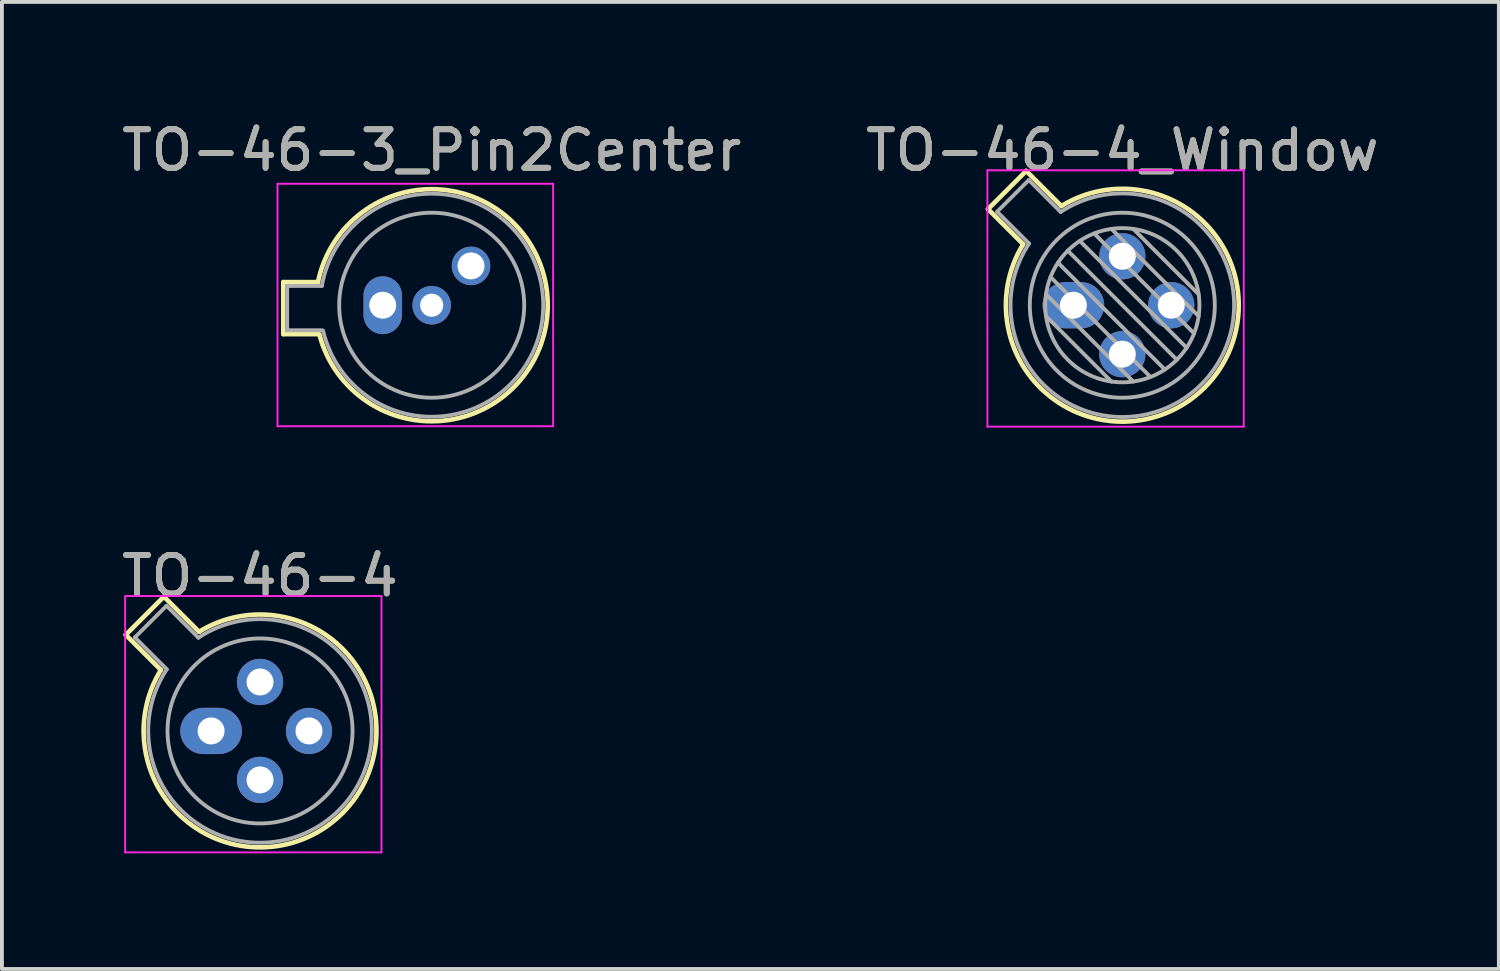
<source format=kicad_pcb>
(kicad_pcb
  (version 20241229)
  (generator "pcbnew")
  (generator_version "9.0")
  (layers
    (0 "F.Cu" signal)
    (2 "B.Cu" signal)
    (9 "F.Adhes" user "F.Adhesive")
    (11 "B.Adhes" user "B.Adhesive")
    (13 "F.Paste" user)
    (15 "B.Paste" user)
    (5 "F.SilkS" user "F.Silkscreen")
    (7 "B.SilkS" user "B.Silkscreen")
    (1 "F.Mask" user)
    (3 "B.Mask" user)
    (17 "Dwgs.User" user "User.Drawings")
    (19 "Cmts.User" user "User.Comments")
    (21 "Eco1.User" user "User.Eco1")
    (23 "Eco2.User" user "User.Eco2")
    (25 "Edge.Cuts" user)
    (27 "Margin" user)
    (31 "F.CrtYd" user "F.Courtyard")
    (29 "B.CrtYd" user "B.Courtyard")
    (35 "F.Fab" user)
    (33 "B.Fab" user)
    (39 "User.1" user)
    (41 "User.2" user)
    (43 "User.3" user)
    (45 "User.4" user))
  (footprint "TO-46-4"
    (layer "F.Cu")
    (at 2.426 15.912)
    (property "Reference" "TO-46-4" (at 1.27 -4.02 0) (layer "F.SilkS") (effects (font (size 1 1) (thickness 0.15))))
    (attr through_hole)
    (fp_line (start -2.214 -2.494) (end -1.302 -1.582) (stroke (width 0.12) (type solid)) (layer "F.SilkS"))
    (fp_line (start -1.224 -3.484) (end -2.214 -2.494) (stroke (width 0.12) (type solid)) (layer "F.SilkS"))
    (fp_line (start -0.312 -2.572) (end -1.224 -3.484) (stroke (width 0.12) (type solid)) (layer "F.SilkS"))
    (fp_arc (start -0.312331 -2.572281) (mid 3.405374 2.135551) (end -1.30215 -1.582544) (stroke (width 0.12) (type solid)) (layer "F.SilkS"))
    (fp_line (start -2.23 -3.5) (end -2.23 3.15) (stroke (width 0.05) (type solid)) (layer "F.CrtYd"))
    (fp_line (start -2.23 3.15) (end 4.42 3.15) (stroke (width 0.05) (type solid)) (layer "F.CrtYd"))
    (fp_line (start 4.42 -3.5) (end -2.23 -3.5) (stroke (width 0.05) (type solid)) (layer "F.CrtYd"))
    (fp_line (start 4.42 3.15) (end 4.42 -3.5) (stroke (width 0.05) (type solid)) (layer "F.CrtYd"))
    (fp_line (start -1.977 -2.426) (end -1.149 -1.599) (stroke (width 0.1) (type solid)) (layer "F.Fab"))
    (fp_line (start -1.156 -3.247) (end -1.977 -2.426) (stroke (width 0.1) (type solid)) (layer "F.Fab"))
    (fp_line (start -0.329 -2.419) (end -1.156 -3.247) (stroke (width 0.1) (type solid)) (layer "F.Fab"))
    (fp_arc (start -0.329057 -2.419301) (mid 3.321076 2.050143) (end -1.150029 -1.597956) (stroke (width 0.1) (type solid)) (layer "F.Fab"))
    (fp_circle (center 1.27 0) (end 3.67 0) (stroke (width 0.1) (type solid)) (fill no) (layer "F.Fab"))
    (fp_text user "${REFERENCE}" (at 1.27 -4.02 0) (layer "F.Fab") (effects (font (size 1 1) (thickness 0.15))))
    (pad "1" thru_hole oval (at 0 0) (size 1.6 1.2) (drill 0.7) (layers "*.Cu" "*.Mask"))
    (pad "2" thru_hole oval (at 1.27 1.27) (size 1.2 1.2) (drill 0.7) (layers "*.Cu" "*.Mask"))
    (pad "3" thru_hole oval (at 2.54 0) (size 1.2 1.2) (drill 0.7) (layers "*.Cu" "*.Mask"))
    (pad "4" thru_hole oval (at 1.27 -1.27) (size 1.2 1.2) (drill 0.7) (layers "*.Cu" "*.Mask")))
  (footprint "TO-46-3_Pin2Center"
    (layer "F.Cu")
    (at 6.879 4.868)
    (property "Reference" "TO-46-3_Pin2Center" (at 1.27 -4.02 0) (layer "F.SilkS") (effects (font (size 1 1) (thickness 0.15))))
    (attr through_hole)
    (fp_line (start -2.58 -0.6) (end -2.58 0.75) (stroke (width 0.12) (type solid)) (layer "F.SilkS"))
    (fp_line (start -2.58 0.75) (end -1.68 0.75) (stroke (width 0.12) (type solid)) (layer "F.SilkS"))
    (fp_line (start -1.68 -0.6) (end -2.58 -0.6) (stroke (width 0.12) (type solid)) (layer "F.SilkS"))
    (fp_arc (start -1.68 -0.6) (mid 4.279362 -0.078983) (end -1.644465 0.753918) (stroke (width 0.12) (type solid)) (layer "F.SilkS"))
    (fp_line (start -2.73 -3.15) (end -2.73 3.14) (stroke (width 0.05) (type solid)) (layer "F.CrtYd"))
    (fp_line (start -2.73 -3.15) (end 4.42 -3.15) (stroke (width 0.05) (type solid)) (layer "F.CrtYd"))
    (fp_line (start 4.42 3.14) (end -2.73 3.14) (stroke (width 0.05) (type solid)) (layer "F.CrtYd"))
    (fp_line (start 4.42 3.14) (end 4.42 -3.15) (stroke (width 0.05) (type solid)) (layer "F.CrtYd"))
    (fp_line (start -2.48 -0.5) (end -2.48 0.65) (stroke (width 0.1) (type solid)) (layer "F.Fab"))
    (fp_line (start -2.48 0.65) (end -1.58 0.65) (stroke (width 0.1) (type solid)) (layer "F.Fab"))
    (fp_line (start -1.58 -0.5) (end -2.48 -0.5) (stroke (width 0.1) (type solid)) (layer "F.Fab"))
    (fp_arc (start -1.58 -0.5) (mid 4.1624 -0.08076) (end -1.54766 0.65825) (stroke (width 0.1) (type solid)) (layer "F.Fab"))
    (fp_circle (center 1.27 0) (end 3.67 0) (stroke (width 0.1) (type solid)) (fill no) (layer "F.Fab"))
    (fp_text user "${REFERENCE}" (at 1.27 -4.02 0) (layer "F.Fab") (effects (font (size 1 1) (thickness 0.15))))
    (pad "1" thru_hole oval (at 0 0 90) (size 1.5 1) (drill 0.7) (layers "*.Cu" "*.Mask"))
    (pad "2" thru_hole oval (at 1.27 0) (size 1 1) (drill 0.6) (layers "*.Cu" "*.Mask"))
    (pad "3" thru_hole oval (at 2.29 -1.02 90) (size 1 1) (drill 0.7) (layers "*.Cu" "*.Mask")))
  (footprint "TO-46-4_Window"
    (layer "F.Cu")
    (at 24.795 4.868)
    (property "Reference" "TO-46-4_Window" (at 1.27 -4.02 0) (layer "F.SilkS") (effects (font (size 1 1) (thickness 0.15))))
    (attr through_hole)
    (fp_line (start -2.214 -2.494) (end -1.302 -1.582) (stroke (width 0.12) (type solid)) (layer "F.SilkS"))
    (fp_line (start -1.224 -3.484) (end -2.214 -2.494) (stroke (width 0.12) (type solid)) (layer "F.SilkS"))
    (fp_line (start -0.312 -2.572) (end -1.224 -3.484) (stroke (width 0.12) (type solid)) (layer "F.SilkS"))
    (fp_arc (start -0.312331 -2.572281) (mid 3.405374 2.135551) (end -1.30215 -1.582544) (stroke (width 0.12) (type solid)) (layer "F.SilkS"))
    (fp_line (start -2.23 -3.5) (end -2.23 3.15) (stroke (width 0.05) (type solid)) (layer "F.CrtYd"))
    (fp_line (start -2.23 3.15) (end 4.42 3.15) (stroke (width 0.05) (type solid)) (layer "F.CrtYd"))
    (fp_line (start 4.42 -3.5) (end -2.23 -3.5) (stroke (width 0.05) (type solid)) (layer "F.CrtYd"))
    (fp_line (start 4.42 3.15) (end 4.42 -3.5) (stroke (width 0.05) (type solid)) (layer "F.CrtYd"))
    (fp_line (start -1.977 -2.426) (end -1.149 -1.599) (stroke (width 0.1) (type solid)) (layer "F.Fab"))
    (fp_line (start -1.156 -3.247) (end -1.977 -2.426) (stroke (width 0.1) (type solid)) (layer "F.Fab"))
    (fp_line (start -0.71 -0.283) (end 1.553 1.98) (stroke (width 0.1) (type solid)) (layer "F.Fab"))
    (fp_line (start -0.71 0.283) (end 0.987 1.98) (stroke (width 0.1) (type solid)) (layer "F.Fab"))
    (fp_line (start -0.592 -0.731) (end 2.001 1.862) (stroke (width 0.1) (type solid)) (layer "F.Fab"))
    (fp_line (start -0.399 -1.103) (end 2.373 1.669) (stroke (width 0.1) (type solid)) (layer "F.Fab"))
    (fp_line (start -0.329 -2.419) (end -1.156 -3.247) (stroke (width 0.1) (type solid)) (layer "F.Fab"))
    (fp_line (start -0.145 -1.415) (end 2.685 1.415) (stroke (width 0.1) (type solid)) (layer "F.Fab"))
    (fp_line (start 0.167 -1.669) (end 2.939 1.103) (stroke (width 0.1) (type solid)) (layer "F.Fab"))
    (fp_line (start 0.539 -1.862) (end 3.132 0.731) (stroke (width 0.1) (type solid)) (layer "F.Fab"))
    (fp_line (start 0.987 -1.98) (end 3.25 0.283) (stroke (width 0.1) (type solid)) (layer "F.Fab"))
    (fp_line (start 1.553 -1.98) (end 3.25 -0.283) (stroke (width 0.1) (type solid)) (layer "F.Fab"))
    (fp_arc (start -0.329057 -2.419301) (mid 3.321076 2.050143) (end -1.150029 -1.597956) (stroke (width 0.1) (type solid)) (layer "F.Fab"))
    (fp_circle (center 1.27 0) (end 3.27 0) (stroke (width 0.1) (type solid)) (fill no) (layer "F.Fab"))
    (fp_circle (center 1.27 0) (end 3.67 0) (stroke (width 0.1) (type solid)) (fill no) (layer "F.Fab"))
    (fp_text user "${REFERENCE}" (at 1.27 -4.02 0) (layer "F.Fab") (effects (font (size 1 1) (thickness 0.15))))
    (pad "1" thru_hole oval (at 0 0) (size 1.6 1.2) (drill 0.7) (layers "*.Cu" "*.Mask"))
    (pad "2" thru_hole oval (at 1.27 1.27) (size 1.2 1.2) (drill 0.7) (layers "*.Cu" "*.Mask"))
    (pad "3" thru_hole oval (at 2.54 0) (size 1.2 1.2) (drill 0.7) (layers "*.Cu" "*.Mask"))
    (pad "4" thru_hole oval (at 1.27 -1.27) (size 1.2 1.2) (drill 0.7) (layers "*.Cu" "*.Mask")))
  (gr_rect
    (start -3 -3)
    (end 35.833 22.087)
    (stroke (width 0.1) (type default))
    (fill no)
    (layer "Edge.Cuts")))
</source>
